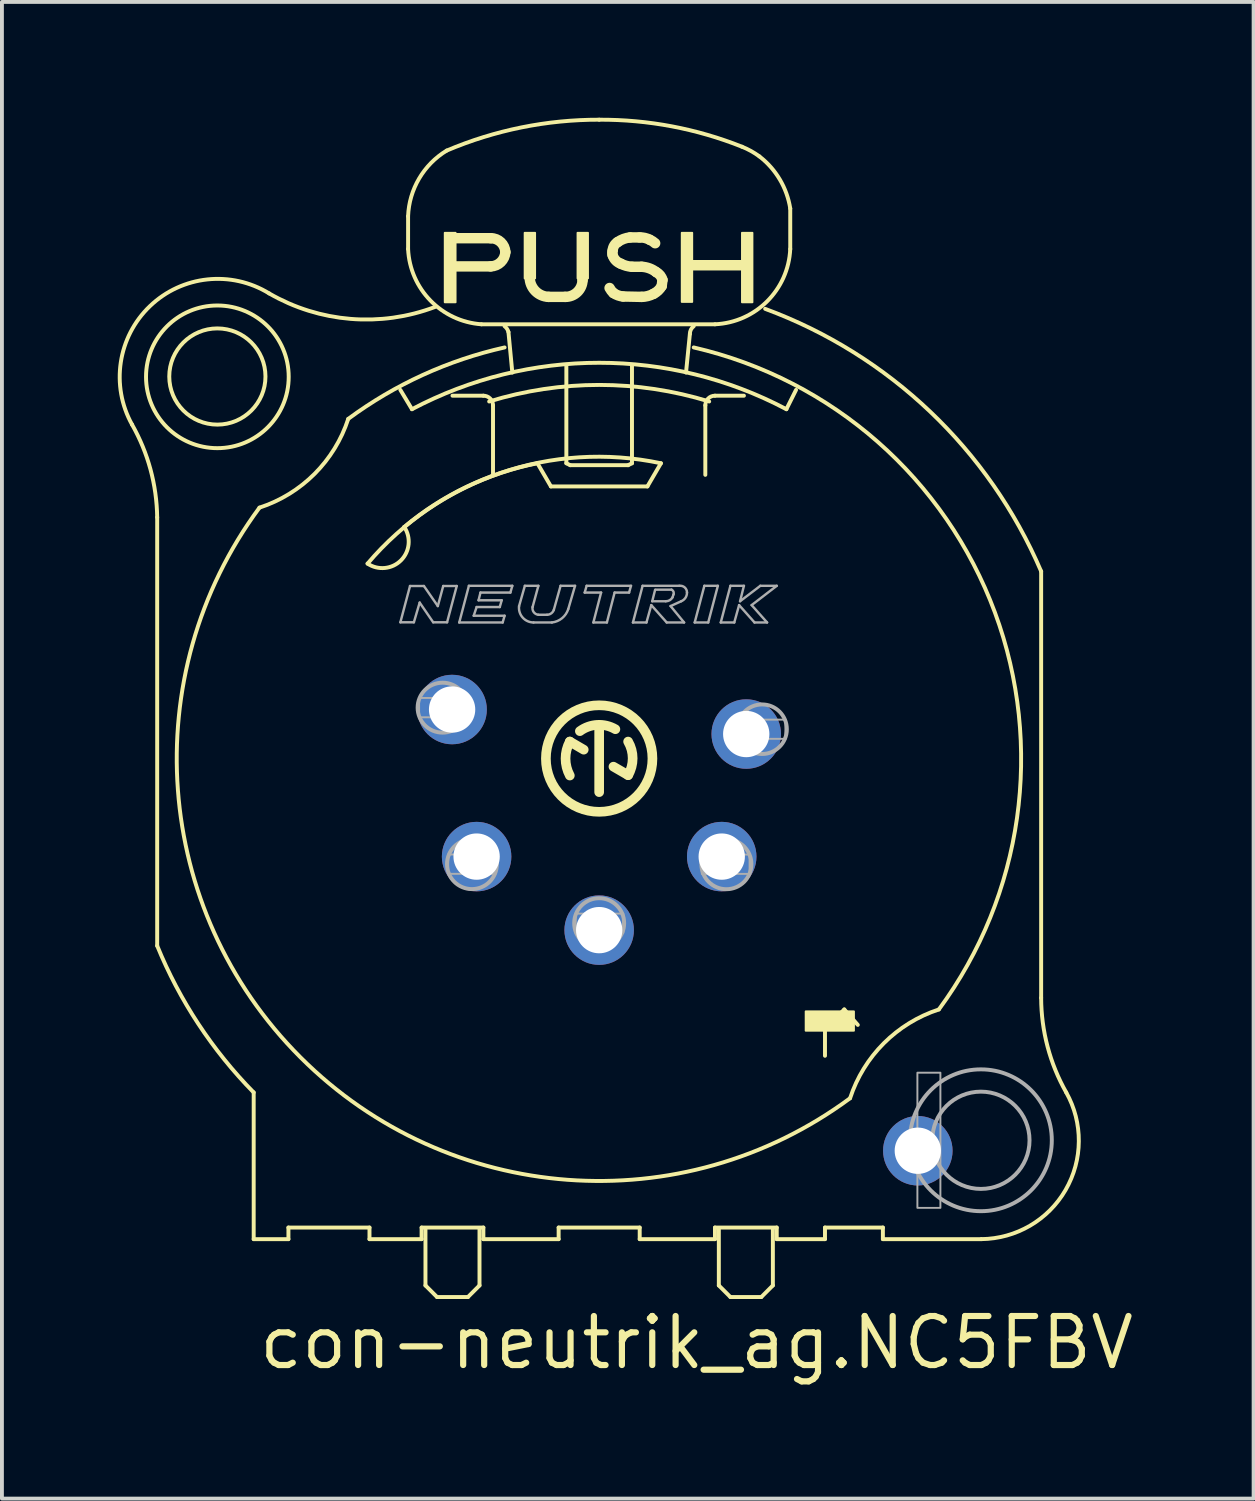
<source format=kicad_pcb>
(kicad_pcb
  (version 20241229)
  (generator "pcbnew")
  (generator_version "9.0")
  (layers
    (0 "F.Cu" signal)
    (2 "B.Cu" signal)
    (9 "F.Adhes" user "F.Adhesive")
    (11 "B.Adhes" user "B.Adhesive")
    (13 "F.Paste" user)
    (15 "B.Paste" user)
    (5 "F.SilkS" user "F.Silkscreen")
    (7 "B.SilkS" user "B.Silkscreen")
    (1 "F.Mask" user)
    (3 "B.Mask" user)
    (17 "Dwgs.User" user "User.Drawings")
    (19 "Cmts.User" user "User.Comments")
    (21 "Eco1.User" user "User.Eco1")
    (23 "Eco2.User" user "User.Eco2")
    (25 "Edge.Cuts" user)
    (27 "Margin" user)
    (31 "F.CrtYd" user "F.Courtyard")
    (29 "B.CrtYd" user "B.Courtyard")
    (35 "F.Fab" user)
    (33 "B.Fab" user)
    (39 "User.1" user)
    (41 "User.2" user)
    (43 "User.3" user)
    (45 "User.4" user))
  (footprint "con-neutrik_ag.NC5FBV"
    (layer "F.Cu")
    (at 12.472 16.601)
    (property "Reference" "con-neutrik_ag.NC5FBV" (at -8.89 15.875 0) (layer "F.SilkS") (effects (font (size 1.27 1.27) (thickness 0.16)) (justify left bottom)))
    (attr through_hole)
    (fp_line (start -11.45 4.85) (end -11.45 -6.25) (stroke (width 0.102) (type default)) (layer "F.SilkS"))
    (fp_line (start -8.95 8.65) (end -8.95 12.45) (stroke (width 0.102) (type default)) (layer "F.SilkS"))
    (fp_line (start -8.95 12.45) (end -8.05 12.45) (stroke (width 0.102) (type default)) (layer "F.SilkS"))
    (fp_line (start -8.05 12.15) (end -5.95 12.15) (stroke (width 0.102) (type default)) (layer "F.SilkS"))
    (fp_line (start -8.05 12.45) (end -8.05 12.15) (stroke (width 0.102) (type default)) (layer "F.SilkS"))
    (fp_line (start -5.95 12.15) (end -5.95 12.45) (stroke (width 0.102) (type default)) (layer "F.SilkS"))
    (fp_line (start -5.95 12.45) (end -4.6 12.45) (stroke (width 0.102) (type default)) (layer "F.SilkS"))
    (fp_line (start -4.95 -14.05) (end -4.95 -13.2) (stroke (width 0.102) (type default)) (layer "F.SilkS"))
    (fp_line (start -4.85 -9.05) (end -5.15 -9.55) (stroke (width 0.102) (type default)) (layer "F.SilkS"))
    (fp_line (start -4.6 12.15) (end -3 12.15) (stroke (width 0.102) (type default)) (layer "F.SilkS"))
    (fp_line (start -4.6 12.45) (end -4.6 12.15) (stroke (width 0.102) (type default)) (layer "F.SilkS"))
    (fp_line (start -4.5 12.2) (end -4.5 13.65) (stroke (width 0.102) (type default)) (layer "F.SilkS"))
    (fp_line (start -4.5 13.65) (end -4.2 13.95) (stroke (width 0.102) (type default)) (layer "F.SilkS"))
    (fp_line (start -4.2 13.95) (end -3.4 13.95) (stroke (width 0.102) (type default)) (layer "F.SilkS"))
    (fp_line (start -3.84 -13.48) (end -2.81 -13.48) (stroke (width 0.27) (type default)) (layer "F.SilkS"))
    (fp_line (start -3.8 -9.4) (end -3 -9.4) (stroke (width 0.102) (type default)) (layer "F.SilkS"))
    (fp_line (start -3.4 13.95) (end -3.1 13.65) (stroke (width 0.102) (type default)) (layer "F.SilkS"))
    (fp_line (start -3.1 13.65) (end -3.1 12.2) (stroke (width 0.102) (type default)) (layer "F.SilkS"))
    (fp_line (start -3.05 -11.25) (end 3 -11.25) (stroke (width 0.102) (type default)) (layer "F.SilkS"))
    (fp_line (start -3 12.15) (end -3 12.45) (stroke (width 0.102) (type default)) (layer "F.SilkS"))
    (fp_line (start -3 12.45) (end -1.05 12.45) (stroke (width 0.102) (type default)) (layer "F.SilkS"))
    (fp_line (start -2.81 -12.75) (end -3.77 -12.75) (stroke (width 0.27) (type default)) (layer "F.SilkS"))
    (fp_line (start -2.75 -9.15) (end -2.75 -7.35) (stroke (width 0.102) (type default)) (layer "F.SilkS"))
    (fp_line (start -2.25 -10) (end -2.35 -11.05) (stroke (width 0.102) (type default)) (layer "F.SilkS"))
    (fp_line (start -1.8 -12.53) (end -1.8 -12.47) (stroke (width 0.27) (type default)) (layer "F.SilkS"))
    (fp_line (start -1.6 -7.65) (end -1.25 -7.05) (stroke (width 0.102) (type default)) (layer "F.SilkS"))
    (fp_line (start -1.31 -11.96) (end -0.88 -11.96) (stroke (width 0.27) (type default)) (layer "F.SilkS"))
    (fp_line (start -1.25 -7.05) (end 1.25 -7.05) (stroke (width 0.102) (type default)) (layer "F.SilkS"))
    (fp_line (start -1.05 12.15) (end 1.05 12.15) (stroke (width 0.102) (type default)) (layer "F.SilkS"))
    (fp_line (start -1.05 12.45) (end -1.05 12.15) (stroke (width 0.102) (type default)) (layer "F.SilkS"))
    (fp_line (start -0.85 -10.2) (end -0.85 -7.65) (stroke (width 0.102) (type default)) (layer "F.SilkS"))
    (fp_line (start -0.85 -7.65) (end -0.75 -7.6) (stroke (width 0.102) (type default)) (layer "F.SilkS"))
    (fp_line (start -0.76 -0.44) (end -0.4 -0.23) (stroke (width 0.25) (type default)) (layer "F.SilkS"))
    (fp_line (start -0.75 -7.6) (end 0.75 -7.6) (stroke (width 0.102) (type default)) (layer "F.SilkS"))
    (fp_line (start -0.43 -12.4) (end -0.43 -12.45) (stroke (width 0.27) (type default)) (layer "F.SilkS"))
    (fp_line (start 0 0.87) (end 0 -0.78) (stroke (width 0.25) (type default)) (layer "F.SilkS"))
    (fp_line (start 0.37 0.21) (end 0.75 0.43) (stroke (width 0.25) (type default)) (layer "F.SilkS"))
    (fp_line (start 0.62 -11.97) (end 1.1 -11.96) (stroke (width 0.27) (type default)) (layer "F.SilkS"))
    (fp_line (start 0.75 -7.6) (end 0.85 -7.65) (stroke (width 0.102) (type default)) (layer "F.SilkS"))
    (fp_line (start 0.8 -13.5) (end 1.05 -13.5) (stroke (width 0.27) (type default)) (layer "F.SilkS"))
    (fp_line (start 0.85 -7.65) (end 0.85 -10.2) (stroke (width 0.102) (type default)) (layer "F.SilkS"))
    (fp_line (start 1.05 12.15) (end 1.05 12.45) (stroke (width 0.102) (type default)) (layer "F.SilkS"))
    (fp_line (start 1.05 12.45) (end 3 12.45) (stroke (width 0.102) (type default)) (layer "F.SilkS"))
    (fp_line (start 1.1 -12.74) (end 0.85 -12.74) (stroke (width 0.27) (type default)) (layer "F.SilkS"))
    (fp_line (start 1.25 -7.05) (end 1.6 -7.65) (stroke (width 0.102) (type default)) (layer "F.SilkS"))
    (fp_line (start 1.62 -12.24) (end 1.64 -12.4) (stroke (width 0.27) (type default)) (layer "F.SilkS"))
    (fp_line (start 2.25 -10) (end 2.35 -11) (stroke (width 0.102) (type default)) (layer "F.SilkS"))
    (fp_line (start 2.75 -9.15) (end 2.75 -7.35) (stroke (width 0.102) (type default)) (layer "F.SilkS"))
    (fp_line (start 3 12.15) (end 4.6 12.15) (stroke (width 0.102) (type default)) (layer "F.SilkS"))
    (fp_line (start 3 12.45) (end 3 12.15) (stroke (width 0.102) (type default)) (layer "F.SilkS"))
    (fp_line (start 3.1 12.2) (end 3.1 13.65) (stroke (width 0.102) (type default)) (layer "F.SilkS"))
    (fp_line (start 3.1 13.65) (end 3.4 13.95) (stroke (width 0.102) (type default)) (layer "F.SilkS"))
    (fp_line (start 3.4 13.95) (end 4.2 13.95) (stroke (width 0.102) (type default)) (layer "F.SilkS"))
    (fp_line (start 3.75 -9.4) (end 3 -9.4) (stroke (width 0.102) (type default)) (layer "F.SilkS"))
    (fp_line (start 4.2 13.95) (end 4.5 13.65) (stroke (width 0.102) (type default)) (layer "F.SilkS"))
    (fp_line (start 4.5 13.65) (end 4.5 12.2) (stroke (width 0.102) (type default)) (layer "F.SilkS"))
    (fp_line (start 4.6 12.15) (end 4.6 12.45) (stroke (width 0.102) (type default)) (layer "F.SilkS"))
    (fp_line (start 4.6 12.45) (end 5.85 12.45) (stroke (width 0.102) (type default)) (layer "F.SilkS"))
    (fp_line (start 4.95 -13.2) (end 4.95 -14.25) (stroke (width 0.102) (type default)) (layer "F.SilkS"))
    (fp_line (start 5.1 -9.55) (end 4.85 -9.05) (stroke (width 0.102) (type default)) (layer "F.SilkS"))
    (fp_line (start 5.85 7.7) (end 5.85 7) (stroke (width 0.102) (type default)) (layer "F.SilkS"))
    (fp_line (start 5.85 12.15) (end 7.35 12.15) (stroke (width 0.102) (type default)) (layer "F.SilkS"))
    (fp_line (start 5.85 12.45) (end 5.85 12.15) (stroke (width 0.102) (type default)) (layer "F.SilkS"))
    (fp_line (start 6.2 6.65) (end 6.35 6.5) (stroke (width 0.102) (type default)) (layer "F.SilkS"))
    (fp_line (start 6.35 6.5) (end 6.7 6.9) (stroke (width 0.102) (type default)) (layer "F.SilkS"))
    (fp_line (start 7.35 12.15) (end 7.35 12.45) (stroke (width 0.102) (type default)) (layer "F.SilkS"))
    (fp_line (start 7.35 12.45) (end 9.9 12.45) (stroke (width 0.102) (type default)) (layer "F.SilkS"))
    (fp_line (start 11.45 6.2) (end 11.45 -4.85) (stroke (width 0.102) (type default)) (layer "F.SilkS"))
    (fp_rect (start -4 -11.82) (end -3.72 -13.62) (stroke (width 0.05) (type default)) (fill yes) (layer "F.SilkS"))
    (fp_rect (start -1.93 -12.44) (end -1.66 -13.62) (stroke (width 0.05) (type default)) (fill yes) (layer "F.SilkS"))
    (fp_rect (start -0.56 -12.44) (end -0.29 -13.62) (stroke (width 0.05) (type default)) (fill yes) (layer "F.SilkS"))
    (fp_rect (start 2.14 -11.83) (end 2.41 -13.62) (stroke (width 0.05) (type default)) (fill yes) (layer "F.SilkS"))
    (fp_rect (start 2.37 -12.67) (end 3.74 -12.89) (stroke (width 0.05) (type default)) (fill yes) (layer "F.SilkS"))
    (fp_rect (start 3.7 -11.82) (end 3.97 -13.62) (stroke (width 0.05) (type default)) (fill yes) (layer "F.SilkS"))
    (fp_rect (start 5.35 7.05) (end 6.6 6.55) (stroke (width 0.05) (type default)) (fill yes) (layer "F.SilkS"))
    (fp_arc (start -12.1 -8.65) (mid -11.623728 -7.49097) (end -11.45 -6.25) (stroke (width 0.1016) (type default)) (layer "F.SilkS"))
    (fp_arc (start -12.1 -8.65) (mid -11.637659 -11.72057) (end -8.55 -12.05) (stroke (width 0.1016) (type default)) (layer "F.SilkS"))
    (fp_arc (start -8.95 8.65) (mid -10.385423 6.871989) (end -11.45 4.85) (stroke (width 0.1016) (type default)) (layer "F.SilkS"))
    (fp_arc (start -6.5 -8.8) (mid -7.373887 -7.373887) (end -8.8 -6.5) (stroke (width 0.1016) (type default)) (layer "F.SilkS"))
    (fp_arc (start -6.5 -8.8) (mid -4.571493 -9.936241) (end -2.45 -10.65) (stroke (width 0.1016) (type default)) (layer "F.SilkS"))
    (fp_arc (start -6 -5.05) (mid -2.558179 -7.396985) (end 1.6 -7.65) (stroke (width 0.1016) (type default)) (layer "F.SilkS"))
    (fp_arc (start -5.05 -6) (mid -5.134385 -5.134385) (end -6 -5.05) (stroke (width 0.1016) (type default)) (layer "F.SilkS"))
    (fp_arc (start -5.05 -6) (mid -3.429062 -7.042584) (end -1.6 -7.65) (stroke (width 0.1016) (type default)) (layer "F.SilkS"))
    (fp_arc (start -4.95 -14.05) (mid -4.664297 -15.026057) (end -3.95 -15.75) (stroke (width 0.1016) (type default)) (layer "F.SilkS"))
    (fp_arc (start -4.85 -9.05) (mid 0 -10.253012) (end 4.85 -9.05) (stroke (width 0.1016) (type default)) (layer "F.SilkS"))
    (fp_arc (start -4.25 -11.7) (mid -6.439491 -11.389819) (end -8.55 -12.05) (stroke (width 0.1016) (type default)) (layer "F.SilkS"))
    (fp_arc (start -3.95 -15.75) (mid -2.015493 -16.349936) (end 0 -16.55) (stroke (width 0.1016) (type default)) (layer "F.SilkS"))
    (fp_arc (start -3.05 -11.25) (mid -4.370713 -11.863792) (end -4.95 -13.2) (stroke (width 0.1016) (type default)) (layer "F.SilkS"))
    (fp_arc (start -3 -9.4) (mid -2.823223 -9.326777) (end -2.75 -9.15) (stroke (width 0.1016) (type default)) (layer "F.SilkS"))
    (fp_arc (start -2.85 -9.25) (mid 0 -9.679101) (end 2.85 -9.25) (stroke (width 0.1016) (type default)) (layer "F.SilkS"))
    (fp_arc (start -2.81 -13.48) (mid -2.547182 -13.376864) (end -2.43 -13.12) (stroke (width 0.27) (type default)) (layer "F.SilkS"))
    (fp_arc (start -2.45 -11.2) (mid -2.387829 -11.133114) (end -2.35 -11.05) (stroke (width 0.1016) (type default)) (layer "F.SilkS"))
    (fp_arc (start -2.43 -13.12) (mid -2.547348 -12.860385) (end -2.81 -12.75) (stroke (width 0.27) (type default)) (layer "F.SilkS"))
    (fp_arc (start -1.31 -11.96) (mid -1.65824 -12.115808) (end -1.8 -12.47) (stroke (width 0.27) (type default)) (layer "F.SilkS"))
    (fp_arc (start -0.76 0.44) (mid -0.870865 0) (end -0.76 -0.44) (stroke (width 0.25) (type default)) (layer "F.SilkS"))
    (fp_arc (start -0.5 -0.71) (mid -0.04747 -0.872452) (end 0.42 -0.76) (stroke (width 0.25) (type default)) (layer "F.SilkS"))
    (fp_arc (start -0.43 -12.4) (mid -0.563643 -12.086567) (end -0.88 -11.96) (stroke (width 0.27) (type default)) (layer "F.SilkS"))
    (fp_arc (start 0 -16.55) (mid 1.883659 -16.377911) (end 3.7 -15.85) (stroke (width 0.1016) (type default)) (layer "F.SilkS"))
    (fp_arc (start 0.35 -13.16) (mid 0.387877 -13.286027) (end 0.48 -13.38) (stroke (width 0.27) (type default)) (layer "F.SilkS"))
    (fp_arc (start 0.35 -13.04) (mid 0.338792 -13.1) (end 0.35 -13.16) (stroke (width 0.27) (type default)) (layer "F.SilkS"))
    (fp_arc (start 0.37 -12.06) (mid 0.314187 -12.120528) (end 0.27 -12.19) (stroke (width 0.27) (type default)) (layer "F.SilkS"))
    (fp_arc (start 0.48 -13.38) (mid 0.63219 -13.460826) (end 0.8 -13.5) (stroke (width 0.27) (type default)) (layer "F.SilkS"))
    (fp_arc (start 0.56 -12.82) (mid 0.429033 -12.905213) (end 0.35 -13.04) (stroke (width 0.27) (type default)) (layer "F.SilkS"))
    (fp_arc (start 0.62 -11.97) (mid 0.489067 -11.998519) (end 0.37 -12.06) (stroke (width 0.27) (type default)) (layer "F.SilkS"))
    (fp_arc (start 0.75 -0.44) (mid 0.867699 -0.005) (end 0.75 0.43) (stroke (width 0.25) (type default)) (layer "F.SilkS"))
    (fp_arc (start 0.85 -12.74) (mid 0.700862 -12.765001) (end 0.56 -12.82) (stroke (width 0.27) (type default)) (layer "F.SilkS"))
    (fp_arc (start 1.05 -13.5) (mid 1.183921 -13.486992) (end 1.31 -13.44) (stroke (width 0.27) (type default)) (layer "F.SilkS"))
    (fp_arc (start 1.1 -12.74) (mid 1.30093 -12.699666) (end 1.48 -12.6) (stroke (width 0.27) (type default)) (layer "F.SilkS"))
    (fp_arc (start 1.31 -13.44) (mid 1.383781 -13.400882) (end 1.45 -13.35) (stroke (width 0.27) (type default)) (layer "F.SilkS"))
    (fp_arc (start 1.41 -12.04) (mid 1.259788 -11.981447) (end 1.1 -11.96) (stroke (width 0.27) (type default)) (layer "F.SilkS"))
    (fp_arc (start 1.48 -12.6) (mid 1.581093 -12.516874) (end 1.64 -12.4) (stroke (width 0.27) (type default)) (layer "F.SilkS"))
    (fp_arc (start 1.62 -12.24) (mid 1.529802 -12.124457) (end 1.41 -12.04) (stroke (width 0.27) (type default)) (layer "F.SilkS"))
    (fp_arc (start 2.35 -11) (mid 2.376393 -11.111803) (end 2.45 -11.2) (stroke (width 0.1016) (type default)) (layer "F.SilkS"))
    (fp_arc (start 2.45 -10.65) (mid 10.251107 -3.787874) (end 8.8 6.5) (stroke (width 0.1016) (type default)) (layer "F.SilkS"))
    (fp_arc (start 2.75 -9.15) (mid 2.823223 -9.326777) (end 3 -9.4) (stroke (width 0.1016) (type default)) (layer "F.SilkS"))
    (fp_arc (start 3.7 -15.85) (mid 3.932782 -15.739008) (end 4.15 -15.6) (stroke (width 0.1016) (type default)) (layer "F.SilkS"))
    (fp_arc (start 4.15 -15.6) (mid 4.67948 -15.001729) (end 4.95 -14.25) (stroke (width 0.1016) (type default)) (layer "F.SilkS"))
    (fp_arc (start 4.3 -11.65) (mid 8.575366 -8.986414) (end 11.45 -4.85) (stroke (width 0.1016) (type default)) (layer "F.SilkS"))
    (fp_arc (start 4.95 -13.2) (mid 4.353429 -11.846571) (end 3 -11.25) (stroke (width 0.1016) (type default)) (layer "F.SilkS"))
    (fp_arc (start 6.5 8.8) (mid -7.739361 7.739361) (end -8.8 -6.5) (stroke (width 0.1016) (type default)) (layer "F.SilkS"))
    (fp_arc (start 6.5 8.8) (mid 7.374876 7.374876) (end 8.8 6.5) (stroke (width 0.1016) (type default)) (layer "F.SilkS"))
    (fp_arc (start 12.1 8.65) (mid 12.08264 11.176792) (end 9.9 12.45) (stroke (width 0.1016) (type default)) (layer "F.SilkS"))
    (fp_arc (start 12.1 8.65) (mid 11.617245 7.466853) (end 11.45 6.2) (stroke (width 0.1016) (type default)) (layer "F.SilkS"))
    (fp_circle (center -9.891 -9.897) (end -8.645 -9.897) (stroke (width 0.102) (type default)) (fill no) (layer "F.SilkS"))
    (fp_circle (center -9.891 -9.889) (end -8.043 -9.889) (stroke (width 0.102) (type default)) (fill no) (layer "F.SilkS"))
    (fp_circle (center 0 0) (end 1.38 0) (stroke (width 0.25) (type default)) (fill no) (layer "F.SilkS"))
    (fp_line (start -5.15 -3.53) (end -4.9 -4.47) (stroke (width 0.063) (type default)) (layer "F.Fab"))
    (fp_line (start -4.9 -4.47) (end -4.54 -4.47) (stroke (width 0.063) (type default)) (layer "F.Fab"))
    (fp_line (start -4.8 -3.53) (end -5.15 -3.53) (stroke (width 0.063) (type default)) (layer "F.Fab"))
    (fp_line (start -4.65 -4.04) (end -4.8 -3.53) (stroke (width 0.063) (type default)) (layer "F.Fab"))
    (fp_line (start -4.54 -4.47) (end -4.18 -3.95) (stroke (width 0.063) (type default)) (layer "F.Fab"))
    (fp_line (start -4.3 -3.53) (end -4.65 -4.04) (stroke (width 0.063) (type default)) (layer "F.Fab"))
    (fp_line (start -4.18 -3.95) (end -4.04 -4.47) (stroke (width 0.063) (type default)) (layer "F.Fab"))
    (fp_line (start -4.04 -4.47) (end -3.69 -4.47) (stroke (width 0.063) (type default)) (layer "F.Fab"))
    (fp_line (start -3.94 -3.53) (end -4.3 -3.53) (stroke (width 0.063) (type default)) (layer "F.Fab"))
    (fp_line (start -3.69 -4.47) (end -3.94 -3.53) (stroke (width 0.063) (type default)) (layer "F.Fab"))
    (fp_line (start -3.625 -3.525) (end -3.375 -4.475) (stroke (width 0.063) (type default)) (layer "F.Fab"))
    (fp_line (start -3.375 -4.475) (end -2.25 -4.475) (stroke (width 0.063) (type default)) (layer "F.Fab"))
    (fp_line (start -3.25 -3.7) (end -2.45 -3.7) (stroke (width 0.063) (type default)) (layer "F.Fab"))
    (fp_line (start -3.175 -3.925) (end -3.25 -3.7) (stroke (width 0.063) (type default)) (layer "F.Fab"))
    (fp_line (start -3.125 -4.1) (end -2.525 -4.1) (stroke (width 0.063) (type default)) (layer "F.Fab"))
    (fp_line (start -3.075 -4.3) (end -3.125 -4.1) (stroke (width 0.063) (type default)) (layer "F.Fab"))
    (fp_line (start -2.575 -3.925) (end -3.175 -3.925) (stroke (width 0.063) (type default)) (layer "F.Fab"))
    (fp_line (start -2.525 -4.1) (end -2.575 -3.925) (stroke (width 0.063) (type default)) (layer "F.Fab"))
    (fp_line (start -2.5 -3.525) (end -3.625 -3.525) (stroke (width 0.063) (type default)) (layer "F.Fab"))
    (fp_line (start -2.45 -3.7) (end -2.5 -3.525) (stroke (width 0.063) (type default)) (layer "F.Fab"))
    (fp_line (start -2.3 -4.3) (end -3.075 -4.3) (stroke (width 0.063) (type default)) (layer "F.Fab"))
    (fp_line (start -2.25 -4.475) (end -2.3 -4.3) (stroke (width 0.063) (type default)) (layer "F.Fab"))
    (fp_line (start -2.075 -3.95) (end -1.925 -4.475) (stroke (width 0.063) (type default)) (layer "F.Fab"))
    (fp_line (start -1.925 -4.475) (end -1.575 -4.475) (stroke (width 0.063) (type default)) (layer "F.Fab"))
    (fp_line (start -1.575 -4.475) (end -1.725 -3.925) (stroke (width 0.063) (type default)) (layer "F.Fab"))
    (fp_line (start -1.575 -3.725) (end -1.35 -3.725) (stroke (width 0.063) (type default)) (layer "F.Fab"))
    (fp_line (start -1.225 -3.525) (end -1.7 -3.525) (stroke (width 0.063) (type default)) (layer "F.Fab"))
    (fp_line (start -1.175 -3.85) (end -1 -4.475) (stroke (width 0.063) (type default)) (layer "F.Fab"))
    (fp_line (start -1 -4.475) (end -0.625 -4.475) (stroke (width 0.063) (type default)) (layer "F.Fab"))
    (fp_line (start -0.625 -4.475) (end -0.8 -3.875) (stroke (width 0.063) (type default)) (layer "F.Fab"))
    (fp_line (start -0.375 -4.3) (end -0.325 -4.475) (stroke (width 0.063) (type default)) (layer "F.Fab"))
    (fp_line (start -0.325 -4.475) (end 0.825 -4.475) (stroke (width 0.063) (type default)) (layer "F.Fab"))
    (fp_line (start -0.15 -3.525) (end 0.05 -4.3) (stroke (width 0.063) (type default)) (layer "F.Fab"))
    (fp_line (start 0.05 -4.3) (end -0.375 -4.3) (stroke (width 0.063) (type default)) (layer "F.Fab"))
    (fp_line (start 0.2 -3.525) (end -0.15 -3.525) (stroke (width 0.063) (type default)) (layer "F.Fab"))
    (fp_line (start 0.4 -4.3) (end 0.2 -3.525) (stroke (width 0.063) (type default)) (layer "F.Fab"))
    (fp_line (start 0.775 -4.3) (end 0.4 -4.3) (stroke (width 0.063) (type default)) (layer "F.Fab"))
    (fp_line (start 0.825 -4.475) (end 0.775 -4.3) (stroke (width 0.063) (type default)) (layer "F.Fab"))
    (fp_line (start 0.875 -3.525) (end 1.125 -4.475) (stroke (width 0.063) (type default)) (layer "F.Fab"))
    (fp_line (start 1.125 -4.475) (end 2.075 -4.475) (stroke (width 0.063) (type default)) (layer "F.Fab"))
    (fp_line (start 1.225 -3.525) (end 0.875 -3.525) (stroke (width 0.063) (type default)) (layer "F.Fab"))
    (fp_line (start 1.35 -3.975) (end 1.225 -3.525) (stroke (width 0.063) (type default)) (layer "F.Fab"))
    (fp_line (start 1.375 -4.075) (end 1.725 -4.075) (stroke (width 0.063) (type default)) (layer "F.Fab"))
    (fp_line (start 1.45 -4.375) (end 1.375 -4.075) (stroke (width 0.063) (type default)) (layer "F.Fab"))
    (fp_line (start 1.75 -3.525) (end 1.35 -3.975) (stroke (width 0.063) (type default)) (layer "F.Fab"))
    (fp_line (start 1.85 -3.95) (end 2.2 -3.525) (stroke (width 0.063) (type default)) (layer "F.Fab"))
    (fp_line (start 1.875 -4.375) (end 1.475 -4.375) (stroke (width 0.063) (type default)) (layer "F.Fab"))
    (fp_line (start 1.9 -4.175) (end 1.925 -4.25) (stroke (width 0.063) (type default)) (layer "F.Fab"))
    (fp_line (start 2.125 -4.075) (end 1.85 -3.95) (stroke (width 0.063) (type default)) (layer "F.Fab"))
    (fp_line (start 2.2 -3.525) (end 1.75 -3.525) (stroke (width 0.063) (type default)) (layer "F.Fab"))
    (fp_line (start 2.475 -3.525) (end 2.725 -4.475) (stroke (width 0.063) (type default)) (layer "F.Fab"))
    (fp_line (start 2.725 -4.475) (end 3.075 -4.475) (stroke (width 0.063) (type default)) (layer "F.Fab"))
    (fp_line (start 2.825 -3.525) (end 2.475 -3.525) (stroke (width 0.063) (type default)) (layer "F.Fab"))
    (fp_line (start 3.075 -4.475) (end 2.825 -3.525) (stroke (width 0.063) (type default)) (layer "F.Fab"))
    (fp_line (start 3.15 -3.525) (end 3.5 -3.525) (stroke (width 0.063) (type default)) (layer "F.Fab"))
    (fp_line (start 3.4 -4.475) (end 3.15 -3.525) (stroke (width 0.063) (type default)) (layer "F.Fab"))
    (fp_line (start 3.5 -3.525) (end 3.625 -3.975) (stroke (width 0.063) (type default)) (layer "F.Fab"))
    (fp_line (start 3.625 -3.975) (end 4.025 -3.525) (stroke (width 0.063) (type default)) (layer "F.Fab"))
    (fp_line (start 3.65 -4.075) (end 3.75 -4.475) (stroke (width 0.063) (type default)) (layer "F.Fab"))
    (fp_line (start 3.75 -4.475) (end 3.4 -4.475) (stroke (width 0.063) (type default)) (layer "F.Fab"))
    (fp_line (start 3.95 -3.975) (end 4.6 -4.475) (stroke (width 0.063) (type default)) (layer "F.Fab"))
    (fp_line (start 4.025 -3.525) (end 4.35 -3.525) (stroke (width 0.063) (type default)) (layer "F.Fab"))
    (fp_line (start 4.175 -4.475) (end 3.65 -4.075) (stroke (width 0.063) (type default)) (layer "F.Fab"))
    (fp_line (start 4.35 -3.525) (end 3.95 -3.975) (stroke (width 0.063) (type default)) (layer "F.Fab"))
    (fp_line (start 4.6 -4.475) (end 4.175 -4.475) (stroke (width 0.063) (type default)) (layer "F.Fab"))
    (fp_rect (start -4.665 -1.068) (end -3.446 -1.569) (stroke (width 0.05) (type default)) (fill no) (layer "F.Fab"))
    (fp_rect (start -3.911 2.987) (end -2.697 2.486) (stroke (width 0.05) (type default)) (fill no) (layer "F.Fab"))
    (fp_rect (start -0.61 4.516) (end 0.626 4.017) (stroke (width 0.05) (type default)) (fill no) (layer "F.Fab"))
    (fp_rect (start 2.66 2.989) (end 3.897 2.488) (stroke (width 0.05) (type default)) (fill no) (layer "F.Fab"))
    (fp_rect (start 3.611 -0.51) (end 4.827 -1.008) (stroke (width 0.05) (type default)) (fill no) (layer "F.Fab"))
    (fp_rect (start 8.244 11.64) (end 8.84 8.138) (stroke (width 0.05) (type default)) (fill no) (layer "F.Fab"))
    (fp_arc (start -1.7 -3.525) (mid -1.982521 -3.653658) (end -2.075 -3.95) (stroke (width 0.0634) (type default)) (layer "F.Fab"))
    (fp_arc (start -1.575 -3.725) (mid -1.69424 -3.79182) (end -1.725 -3.925) (stroke (width 0.0634) (type default)) (layer "F.Fab"))
    (fp_arc (start -1.175 -3.85) (mid -1.243029 -3.76024) (end -1.35 -3.725) (stroke (width 0.0634) (type default)) (layer "F.Fab"))
    (fp_arc (start -0.8 -3.875) (mid -0.960299 -3.636613) (end -1.225 -3.525) (stroke (width 0.0634) (type default)) (layer "F.Fab"))
    (fp_arc (start 1.875 -4.375) (mid 1.925888 -4.322855) (end 1.925 -4.25) (stroke (width 0.0634) (type default)) (layer "F.Fab"))
    (fp_arc (start 1.9 -4.175) (mid 1.82636 -4.100745) (end 1.725 -4.075) (stroke (width 0.0634) (type default)) (layer "F.Fab"))
    (fp_arc (start 2.075 -4.475) (mid 2.215618 -4.433921) (end 2.275 -4.3) (stroke (width 0.0634) (type default)) (layer "F.Fab"))
    (fp_arc (start 2.275 -4.3) (mid 2.235142 -4.164072) (end 2.125 -4.075) (stroke (width 0.0634) (type default)) (layer "F.Fab"))
    (fp_circle (center -4.056 -1.318) (end -3.409 -1.318) (stroke (width 0.102) (type default)) (fill no) (layer "F.Fab"))
    (fp_circle (center -3.296 2.736) (end -2.65 2.736) (stroke (width 0.102) (type default)) (fill no) (layer "F.Fab"))
    (fp_circle (center 0 4.265) (end 0.647 4.265) (stroke (width 0.102) (type default)) (fill no) (layer "F.Fab"))
    (fp_circle (center 3.296 2.737) (end 3.944 2.737) (stroke (width 0.102) (type default)) (fill no) (layer "F.Fab"))
    (fp_circle (center 4.22 -0.76) (end 4.862 -0.76) (stroke (width 0.102) (type default)) (fill no) (layer "F.Fab"))
    (fp_circle (center 9.889 9.889) (end 11.149 9.889) (stroke (width 0.102) (type default)) (fill no) (layer "F.Fab"))
    (fp_circle (center 9.889 9.889) (end 11.726 9.889) (stroke (width 0.102) (type default)) (fill no) (layer "F.Fab"))
    (pad "1" thru_hole circle (at 3.81 -0.635) (size 1.8 1.8) (drill 1.2) (layers "*.Cu" "*.Mask"))
    (pad "2" thru_hole circle (at 3.175 2.54) (size 1.8 1.8) (drill 1.2) (layers "*.Cu" "*.Mask"))
    (pad "3" thru_hole circle (at 0 4.445) (size 1.8 1.8) (drill 1.2) (layers "*.Cu" "*.Mask"))
    (pad "4" thru_hole circle (at -3.175 2.54) (size 1.8 1.8) (drill 1.2) (layers "*.Cu" "*.Mask"))
    (pad "5" thru_hole circle (at -3.81 -1.27) (size 1.8 1.8) (drill 1.2) (layers "*.Cu" "*.Mask"))
    (pad "G" thru_hole circle (at 8.255 10.16) (size 1.8 1.8) (drill 1.2) (layers "*.Cu" "*.Mask")))
  (gr_rect
    (start -3 -3)
    (end 29.426 35.773)
    (stroke (width 0.1) (type default))
    (fill no)
    (layer "Edge.Cuts")))
</source>
